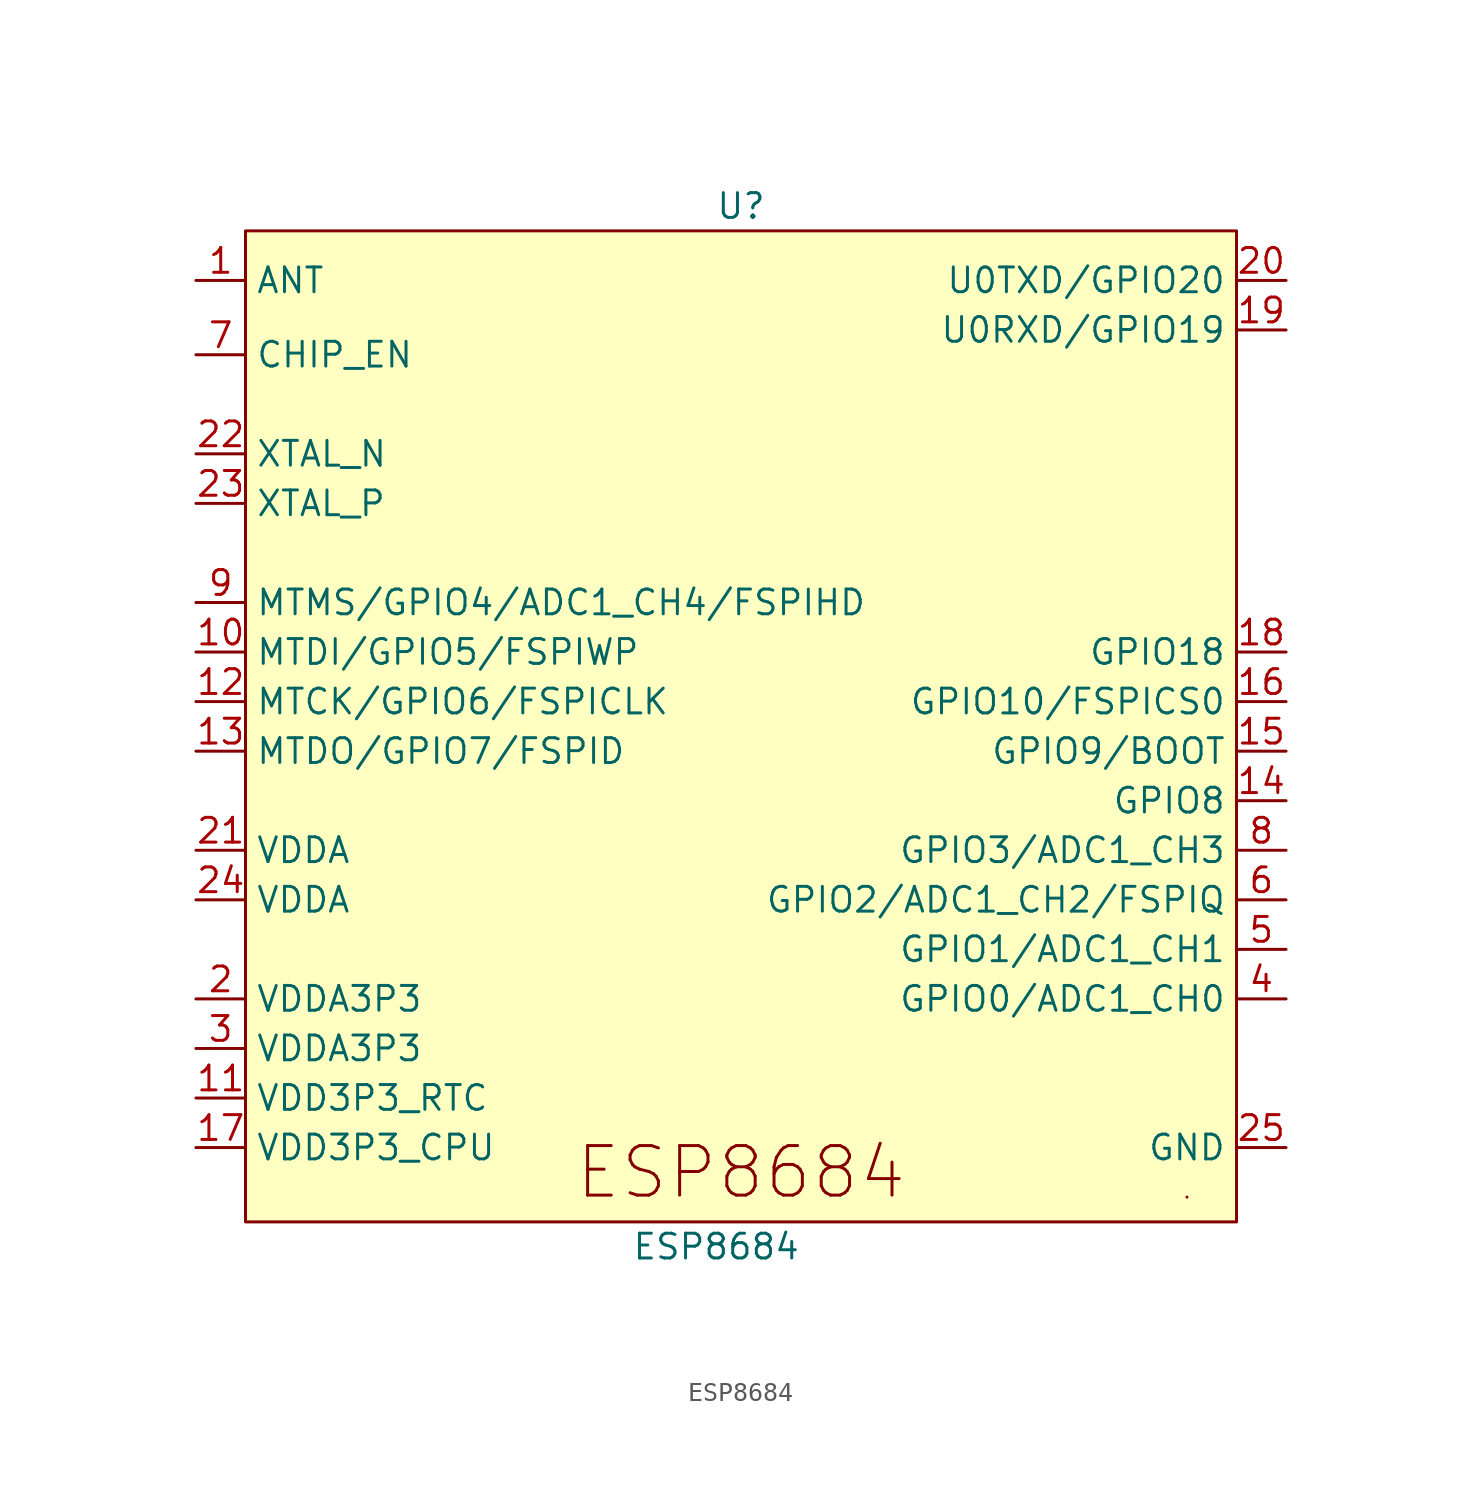
<source format=kicad_sym>
(kicad_symbol_lib
  (version 20220914)
  (generator kicad_symbol_editor)
  (symbol "ESP8684"
    (property "Reference" "U"
      (at 0 26.67 0)
      (effects (font (size 1.27 1.27))))
    (property "Value" "ESP8684"
      (at -1.27 -26.67 0)
      (effects (font (size 1.27 1.27))))
    (symbol "ESP8684_0_0"
      (text "ESP8684" (at 0 -22.86 0) (effects (font (size 2.54 2.54)))))
    (symbol "ESP8684_0_1"
      (rectangle (start -25.4 25.4) (end 25.4 -25.4) (stroke (width 0) (type default)) (fill (type background)))
      (rectangle (start 22.86 -24.13) (end 22.86 -24.13) (stroke (width 0) (type default)) (fill (type none))))
    (symbol "ESP8684_1_1"
      (pin bidirectional line (at -27.94 22.86 0) (length 2.54) (name "ANT" (effects (font (size 1.27 1.27)))) (number "1" (effects (font (size 1.27 1.27)))))
      (pin bidirectional line (at -27.94 3.81 0) (length 2.54) (name "MTDI/GPIO5/FSPIWP" (effects (font (size 1.27 1.27)))) (number "10" (effects (font (size 1.27 1.27)))))
      (pin power_in line (at -27.94 -19.05 0) (length 2.54) (name "VDD3P3_RTC" (effects (font (size 1.27 1.27)))) (number "11" (effects (font (size 1.27 1.27)))))
      (pin bidirectional line (at -27.94 1.27 0) (length 2.54) (name "MTCK/GPIO6/FSPICLK" (effects (font (size 1.27 1.27)))) (number "12" (effects (font (size 1.27 1.27)))))
      (pin bidirectional line (at -27.94 -1.27 0) (length 2.54) (name "MTDO/GPIO7/FSPID" (effects (font (size 1.27 1.27)))) (number "13" (effects (font (size 1.27 1.27)))))
      (pin bidirectional line (at 27.94 -3.81 180) (length 2.54) (name "GPIO8" (effects (font (size 1.27 1.27)))) (number "14" (effects (font (size 1.27 1.27)))))
      (pin bidirectional line (at 27.94 -1.27 180) (length 2.54) (name "GPIO9/BOOT" (effects (font (size 1.27 1.27)))) (number "15" (effects (font (size 1.27 1.27)))))
      (pin bidirectional line (at 27.94 1.27 180) (length 2.54) (name "GPIO10/FSPICS0" (effects (font (size 1.27 1.27)))) (number "16" (effects (font (size 1.27 1.27)))))
      (pin power_in line (at -27.94 -21.59 0) (length 2.54) (name "VDD3P3_CPU" (effects (font (size 1.27 1.27)))) (number "17" (effects (font (size 1.27 1.27)))))
      (pin bidirectional line (at 27.94 3.81 180) (length 2.54) (name "GPIO18" (effects (font (size 1.27 1.27)))) (number "18" (effects (font (size 1.27 1.27)))))
      (pin bidirectional line (at 27.94 20.32 180) (length 2.54) (name "U0RXD/GPIO19" (effects (font (size 1.27 1.27)))) (number "19" (effects (font (size 1.27 1.27)))))
      (pin power_in line (at -27.94 -13.97 0) (length 2.54) (name "VDDA3P3" (effects (font (size 1.27 1.27)))) (number "2" (effects (font (size 1.27 1.27)))))
      (pin bidirectional line (at 27.94 22.86 180) (length 2.54) (name "U0TXD/GPIO20" (effects (font (size 1.27 1.27)))) (number "20" (effects (font (size 1.27 1.27)))))
      (pin power_in line (at -27.94 -6.35 0) (length 2.54) (name "VDDA" (effects (font (size 1.27 1.27)))) (number "21" (effects (font (size 1.27 1.27)))))
      (pin output line (at -27.94 13.97 0) (length 2.54) (name "XTAL_N" (effects (font (size 1.27 1.27)))) (number "22" (effects (font (size 1.27 1.27)))))
      (pin input line (at -27.94 11.43 0) (length 2.54) (name "XTAL_P" (effects (font (size 1.27 1.27)))) (number "23" (effects (font (size 1.27 1.27)))))
      (pin power_in line (at -27.94 -8.89 0) (length 2.54) (name "VDDA" (effects (font (size 1.27 1.27)))) (number "24" (effects (font (size 1.27 1.27)))))
      (pin power_in line (at 27.94 -21.59 180) (length 2.54) (name "GND" (effects (font (size 1.27 1.27)))) (number "25" (effects (font (size 1.27 1.27)))))
      (pin power_in line (at -27.94 -16.51 0) (length 2.54) (name "VDDA3P3" (effects (font (size 1.27 1.27)))) (number "3" (effects (font (size 1.27 1.27)))))
      (pin bidirectional line (at 27.94 -13.97 180) (length 2.54) (name "GPIO0/ADC1_CH0" (effects (font (size 1.27 1.27)))) (number "4" (effects (font (size 1.27 1.27)))))
      (pin bidirectional line (at 27.94 -11.43 180) (length 2.54) (name "GPIO1/ADC1_CH1" (effects (font (size 1.27 1.27)))) (number "5" (effects (font (size 1.27 1.27)))))
      (pin bidirectional line (at 27.94 -8.89 180) (length 2.54) (name "GPIO2/ADC1_CH2/FSPIQ" (effects (font (size 1.27 1.27)))) (number "6" (effects (font (size 1.27 1.27)))))
      (pin input line (at -27.94 19.05 0) (length 2.54) (name "CHIP_EN" (effects (font (size 1.27 1.27)))) (number "7" (effects (font (size 1.27 1.27)))))
      (pin bidirectional line (at 27.94 -6.35 180) (length 2.54) (name "GPIO3/ADC1_CH3" (effects (font (size 1.27 1.27)))) (number "8" (effects (font (size 1.27 1.27)))))
      (pin bidirectional line (at -27.94 6.35 0) (length 2.54) (name "MTMS/GPIO4/ADC1_CH4/FSPIHD" (effects (font (size 1.27 1.27)))) (number "9" (effects (font (size 1.27 1.27))))))))
</source>
